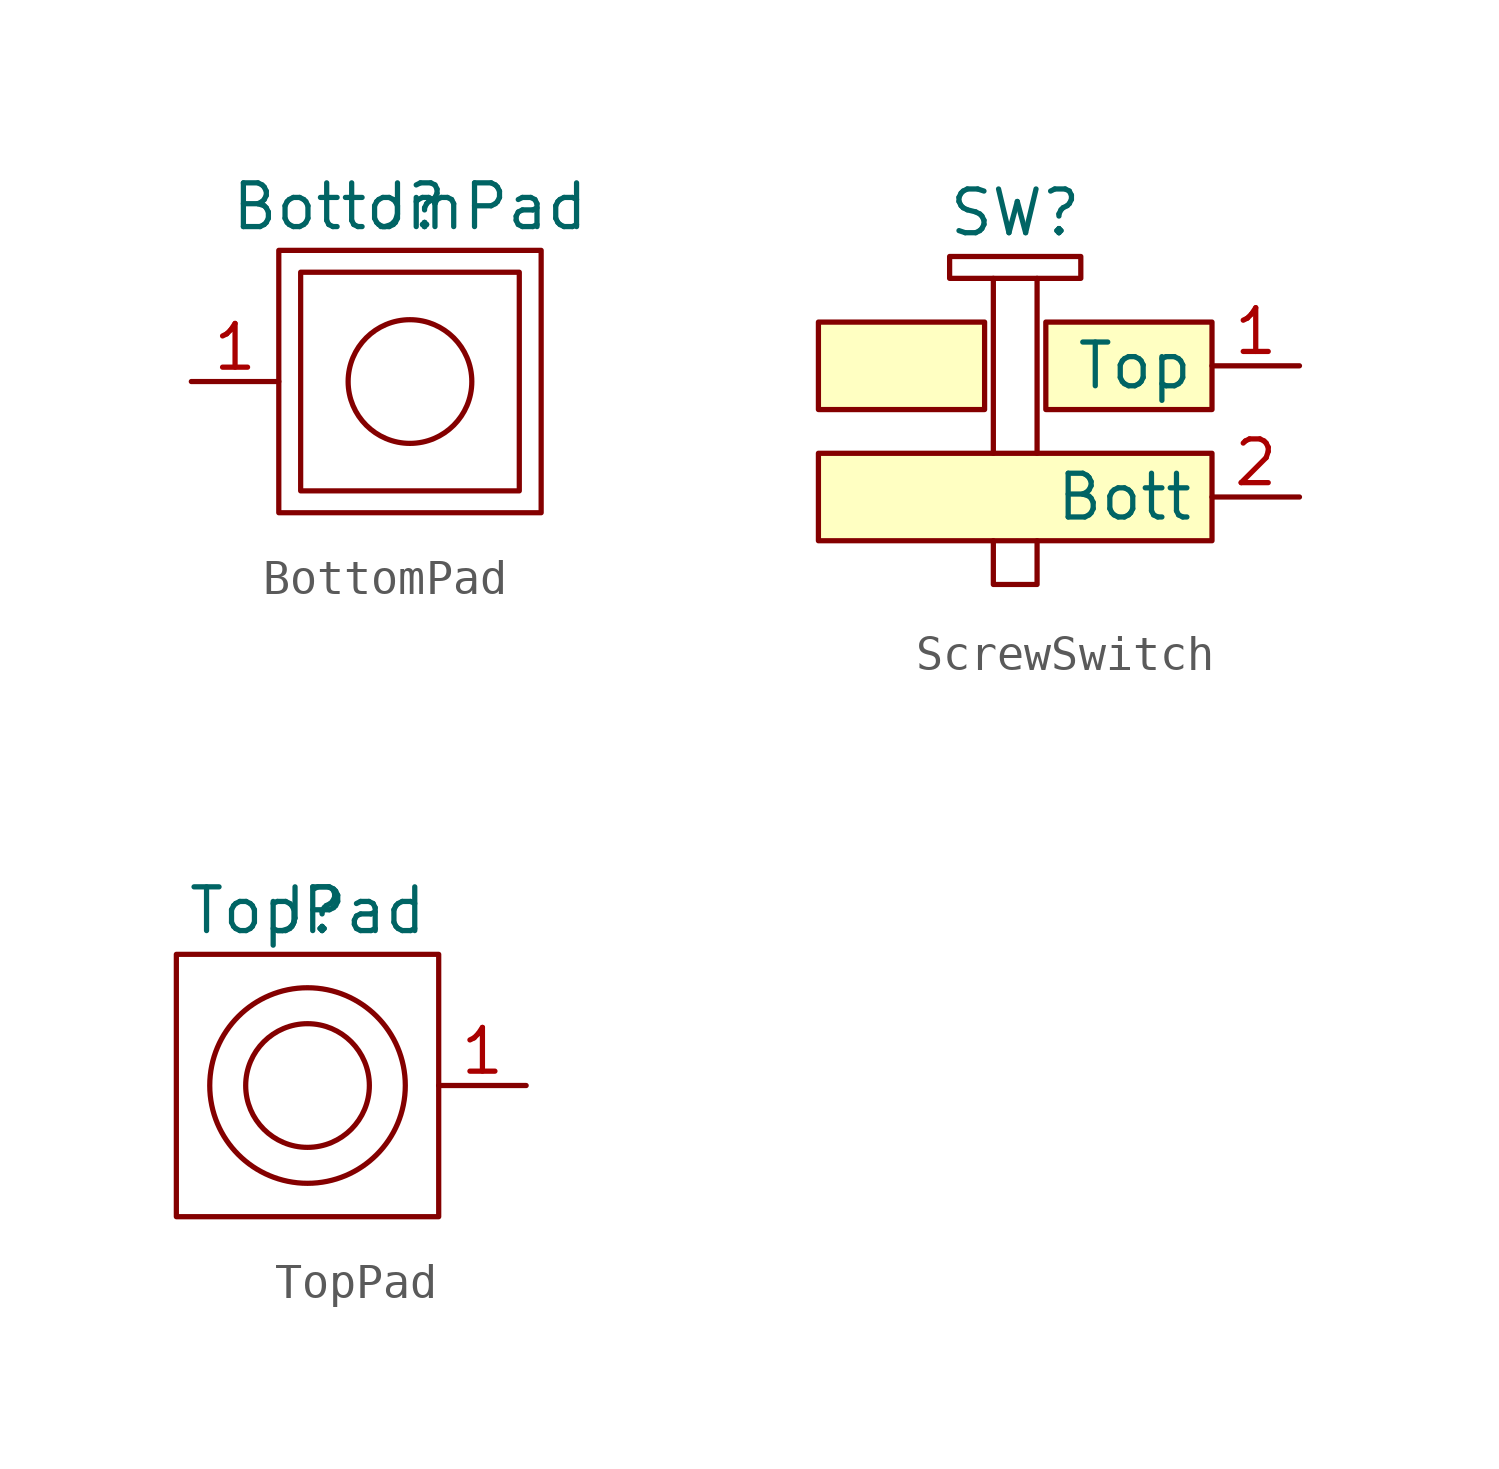
<source format=kicad_sym>
(kicad_symbol_lib
  (version 20220914)
  (generator kicad_symbol_editor)
  (symbol "BottomPad"
    (property "Reference" "J"
      (at 0 0 0)
      (effects (font (size 1.27 1.27))))
    (property "Value" "BottomPad"
      (at 0 0 0)
      (effects (font (size 1.27 1.27))))
    (symbol "BottomPad_0_1"
      (rectangle (start -3.81 -1.27) (end 3.81 -8.89) (stroke (width 0.152) (type default)) (fill (type none)))
      (rectangle (start -3.175 -1.905) (end 3.175 -8.255) (stroke (width 0.152) (type default)) (fill (type none)))
      (circle (center 0 -5.08) (radius 1.796) (stroke (width 0.152) (type default)) (fill (type none))))
    (symbol "BottomPad_1_1"
      (pin power_in line (at -6.35 -5.08 0) (length 2.54) (name "" (effects (font (size 1.27 1.27)))) (number "1" (effects (font (size 1.27 1.27)))))))
  (symbol "ScrewSwitch"
    (property "Reference" "SW"
      (at 0 1.27 0)
      (effects (font (size 1.27 1.27))))
    (property "Value" ""
      (at 0 0 0)
      (effects (font (size 1.27 1.27))))
    (symbol "ScrewSwitch_0_1"
      (rectangle (start -1.905 0) (end 1.905 -0.635) (stroke (width 0) (type default)) (fill (type none)))
      (polyline (pts (xy -0.635 -0.635) (xy -0.635 -5.715)) (stroke (width 0) (type default)) (fill (type none)))
      (polyline (pts (xy 0.635 -0.635) (xy 0.635 -5.715)) (stroke (width 0) (type default)) (fill (type none)))
      (polyline (pts (xy 0.635 -8.255) (xy 0.635 -9.525) (xy -0.635 -9.525) (xy -0.635 -8.255)) (stroke (width 0) (type default)) (fill (type none))))
    (symbol "ScrewSwitch_1_1"
      (rectangle (start -5.715 -5.715) (end 5.715 -8.255) (stroke (width 0) (type default)) (fill (type background)))
      (rectangle (start -5.715 -1.905) (end -0.889 -4.445) (stroke (width 0) (type default)) (fill (type background)))
      (rectangle (start 0.889 -1.905) (end 5.715 -4.445) (stroke (width 0) (type default)) (fill (type background)))
      (pin passive line (at 8.255 -3.175 180) (length 2.54) (name "Top" (effects (font (size 1.27 1.27)))) (number "1" (effects (font (size 1.27 1.27)))))
      (pin passive line (at 8.255 -6.985 180) (length 2.54) (name "Bott" (effects (font (size 1.27 1.27)))) (number "2" (effects (font (size 1.27 1.27)))))))
  (symbol "TopPad"
    (property "Reference" "J"
      (at 0 0 0)
      (effects (font (size 1.27 1.27))))
    (property "Value" "TopPad"
      (at 0 0 0)
      (effects (font (size 1.27 1.27))))
    (symbol "TopPad_0_1"
      (rectangle (start -3.81 -1.27) (end 3.81 -8.89) (stroke (width 0.152) (type default)) (fill (type none)))
      (circle (center 0 -5.08) (radius 1.796) (stroke (width 0.152) (type default)) (fill (type none)))
      (circle (center 0 -5.08) (radius 2.84) (stroke (width 0.152) (type default)) (fill (type none))))
    (symbol "TopPad_1_1"
      (pin power_in line (at 6.35 -5.08 180) (length 2.54) (name "" (effects (font (size 1.27 1.27)))) (number "1" (effects (font (size 1.27 1.27))))))))
</source>
